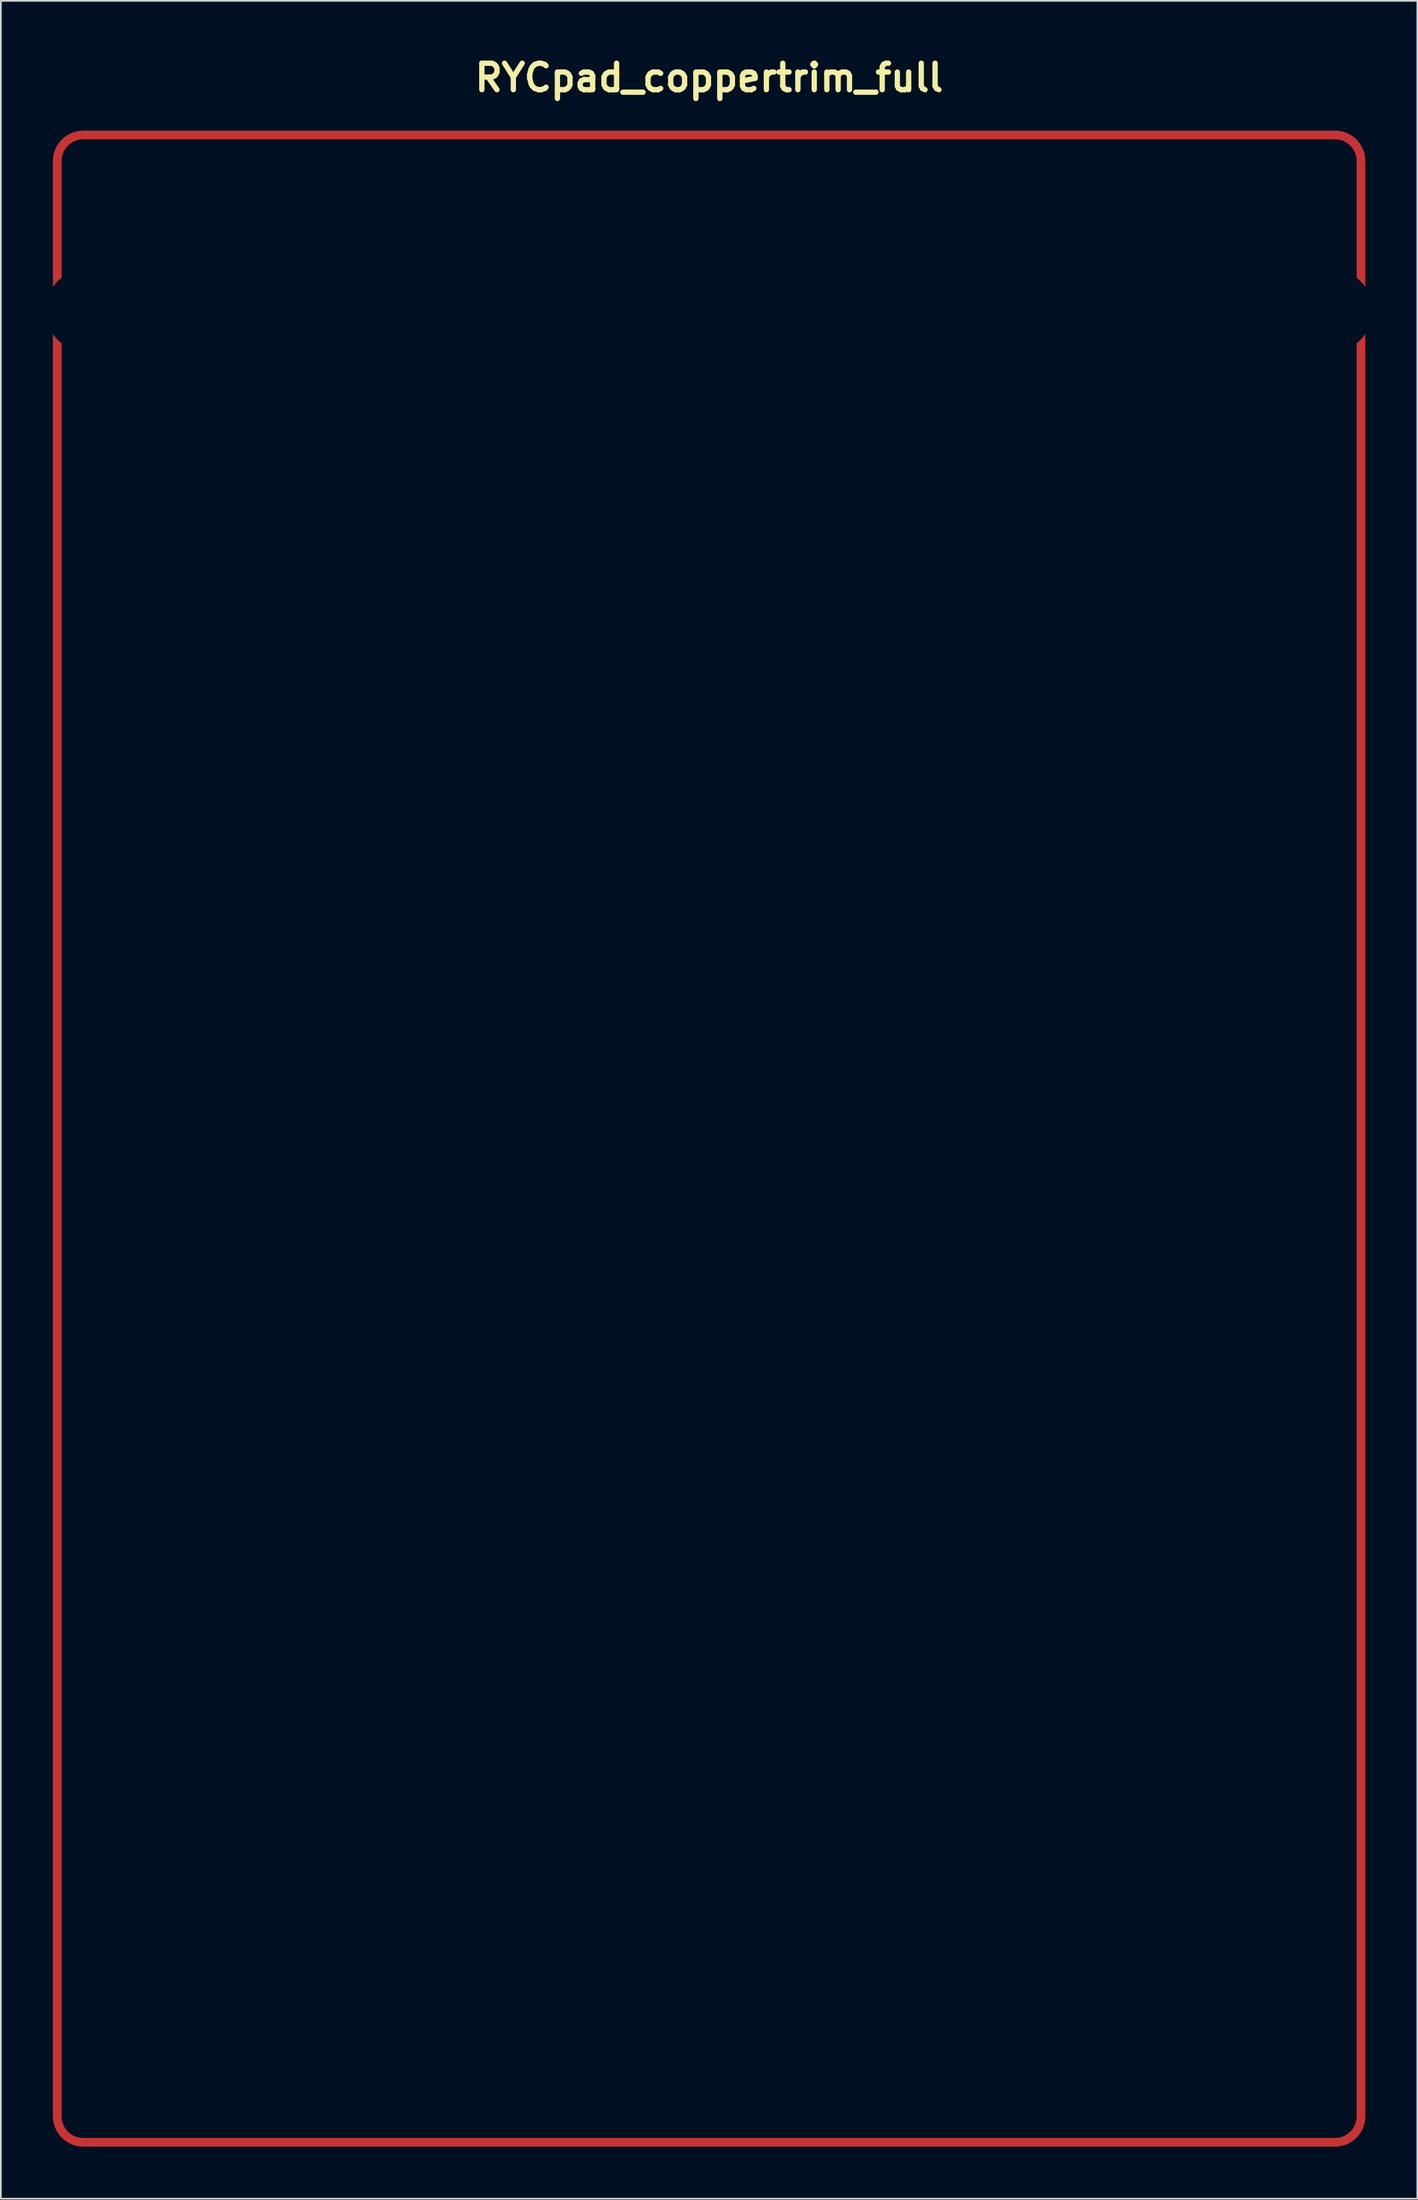
<source format=kicad_pcb>
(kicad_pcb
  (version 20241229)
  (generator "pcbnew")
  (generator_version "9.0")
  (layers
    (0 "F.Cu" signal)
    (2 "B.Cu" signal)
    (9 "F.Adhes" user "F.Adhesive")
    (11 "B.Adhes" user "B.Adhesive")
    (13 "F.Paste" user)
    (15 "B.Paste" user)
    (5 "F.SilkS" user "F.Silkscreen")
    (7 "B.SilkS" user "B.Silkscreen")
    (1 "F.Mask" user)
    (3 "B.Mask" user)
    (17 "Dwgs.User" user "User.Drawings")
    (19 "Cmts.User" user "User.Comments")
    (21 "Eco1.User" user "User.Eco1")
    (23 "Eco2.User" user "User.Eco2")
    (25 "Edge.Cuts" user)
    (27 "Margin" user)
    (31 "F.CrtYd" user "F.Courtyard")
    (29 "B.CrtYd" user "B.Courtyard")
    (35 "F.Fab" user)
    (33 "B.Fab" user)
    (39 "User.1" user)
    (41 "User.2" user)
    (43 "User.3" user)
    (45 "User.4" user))
  (footprint "RYCpad_coppertrim_full"
    (layer "F.Cu")
    (at 37.825 62.54)
    (property "Reference" "RYCpad_coppertrim_full" (at 0 -61.113 0) (layer "F.SilkS") (effects (font (size 1.524 1.524) (thickness 0.305))))
    (attr exclude_from_pos_files exclude_from_bom)
    (fp_poly (pts (xy -37.825 -46.351) (xy -37.825 56.315) (xy -37.825 56.34) (xy -37.824 56.365) (xy -37.824 56.389) (xy -37.822 56.414) (xy -37.821 56.438) (xy -37.819 56.463) (xy -37.817 56.487) (xy -37.814 56.511) (xy -37.811 56.536) (xy -37.808 56.56) (xy -37.804 56.584) (xy -37.8 56.609) (xy -37.796 56.633) (xy -37.792 56.657) (xy -37.787 56.681) (xy -37.781 56.705) (xy -37.776 56.729) (xy -37.77 56.753) (xy -37.763 56.776) (xy -37.757 56.8) (xy -37.75 56.824) (xy -37.742 56.847) (xy -37.735 56.87) (xy -37.727 56.893) (xy -37.719 56.917) (xy -37.71 56.94) (xy -37.701 56.962) (xy -37.692 56.985) (xy -37.682 57.01) (xy -37.671 57.034) (xy -37.66 57.058) (xy -37.648 57.082) (xy -37.637 57.105) (xy -37.625 57.129) (xy -37.612 57.152) (xy -37.599 57.175) (xy -37.586 57.198) (xy -37.573 57.221) (xy -37.559 57.243) (xy -37.545 57.265) (xy -37.53 57.287) (xy -37.516 57.308) (xy -37.502 57.328) (xy -37.488 57.348) (xy -37.473 57.368) (xy -37.458 57.387) (xy -37.443 57.407) (xy -37.428 57.426) (xy -37.412 57.445) (xy -37.396 57.463) (xy -37.38 57.482) (xy -37.363 57.5) (xy -37.347 57.518) (xy -37.33 57.536) (xy -37.313 57.553) (xy -37.295 57.57) (xy -37.277 57.587) (xy -37.259 57.604) (xy -37.241 57.621) (xy -37.223 57.637) (xy -37.204 57.653) (xy -37.185 57.668) (xy -37.166 57.684) (xy -37.147 57.699) (xy -37.127 57.714) (xy -37.108 57.728) (xy -37.088 57.743) (xy -37.068 57.757) (xy -37.047 57.771) (xy -37.027 57.784) (xy -37.006 57.797) (xy -36.985 57.81) (xy -36.964 57.823) (xy -36.943 57.835) (xy -36.922 57.847) (xy -36.9 57.859) (xy -36.878 57.87) (xy -36.856 57.882) (xy -36.834 57.892) (xy -36.812 57.903) (xy -36.79 57.913) (xy -36.767 57.923) (xy -36.745 57.932) (xy -36.72 57.942) (xy -36.695 57.952) (xy -36.671 57.961) (xy -36.646 57.97) (xy -36.621 57.978) (xy -36.596 57.986) (xy -36.57 57.994) (xy -36.545 58.001) (xy -36.519 58.008) (xy -36.494 58.014) (xy -36.468 58.021) (xy -36.442 58.026) (xy -36.416 58.032) (xy -36.392 58.036) (xy -36.368 58.041) (xy -36.344 58.044) (xy -36.32 58.048) (xy -36.295 58.051) (xy -36.271 58.054) (xy -36.246 58.057) (xy -36.222 58.059) (xy -36.198 58.061) (xy -36.173 58.062) (xy -36.149 58.064) (xy -36.124 58.065) (xy -36.099 58.065) (xy -36.075 58.065) (xy 36.075 58.065) (xy 36.099 58.065) (xy 36.124 58.065) (xy 36.148 58.064) (xy 36.173 58.062) (xy 36.197 58.061) (xy 36.222 58.059) (xy 36.246 58.057) (xy 36.271 58.054) (xy 36.295 58.051) (xy 36.319 58.048) (xy 36.344 58.044) (xy 36.368 58.041) (xy 36.392 58.036) (xy 36.416 58.032) (xy 36.442 58.026) (xy 36.468 58.021) (xy 36.494 58.014) (xy 36.519 58.008) (xy 36.545 58.001) (xy 36.57 57.994) (xy 36.595 57.986) (xy 36.621 57.978) (xy 36.646 57.97) (xy 36.671 57.961) (xy 36.695 57.952) (xy 36.72 57.942) (xy 36.744 57.932) (xy 36.767 57.923) (xy 36.79 57.913) (xy 36.812 57.903) (xy 36.834 57.892) (xy 36.856 57.881) (xy 36.878 57.87) (xy 36.9 57.859) (xy 36.921 57.847) (xy 36.943 57.835) (xy 36.964 57.823) (xy 36.985 57.81) (xy 37.006 57.797) (xy 37.027 57.784) (xy 37.047 57.771) (xy 37.068 57.757) (xy 37.088 57.743) (xy 37.108 57.728) (xy 37.127 57.714) (xy 37.147 57.699) (xy 37.166 57.684) (xy 37.185 57.668) (xy 37.204 57.653) (xy 37.223 57.637) (xy 37.241 57.621) (xy 37.259 57.604) (xy 37.277 57.587) (xy 37.295 57.57) (xy 37.312 57.553) (xy 37.33 57.536) (xy 37.347 57.518) (xy 37.363 57.5) (xy 37.38 57.482) (xy 37.396 57.463) (xy 37.412 57.445) (xy 37.428 57.426) (xy 37.443 57.407) (xy 37.458 57.387) (xy 37.473 57.368) (xy 37.488 57.348) (xy 37.502 57.328) (xy 37.516 57.308) (xy 37.53 57.287) (xy 37.543 57.267) (xy 37.557 57.246) (xy 37.57 57.225) (xy 37.582 57.204) (xy 37.594 57.183) (xy 37.607 57.162) (xy 37.618 57.14) (xy 37.63 57.119) (xy 37.641 57.097) (xy 37.652 57.075) (xy 37.662 57.053) (xy 37.672 57.03) (xy 37.682 57.008) (xy 37.692 56.985) (xy 37.701 56.962) (xy 37.71 56.94) (xy 37.718 56.917) (xy 37.727 56.893) (xy 37.735 56.87) (xy 37.742 56.847) (xy 37.75 56.824) (xy 37.757 56.8) (xy 37.763 56.776) (xy 37.77 56.753) (xy 37.776 56.729) (xy 37.781 56.705) (xy 37.786 56.681) (xy 37.791 56.657) (xy 37.796 56.633) (xy 37.8 56.609) (xy 37.804 56.584) (xy 37.808 56.56) (xy 37.811 56.536) (xy 37.814 56.511) (xy 37.817 56.487) (xy 37.819 56.463) (xy 37.821 56.438) (xy 37.822 56.414) (xy 37.823 56.389) (xy 37.824 56.365) (xy 37.825 56.34) (xy 37.825 56.315) (xy 37.825 -46.351) (xy 37.81 -46.33) (xy 37.795 -46.308) (xy 37.78 -46.287) (xy 37.765 -46.266) (xy 37.75 -46.245) (xy 37.734 -46.224) (xy 37.718 -46.204) (xy 37.702 -46.184) (xy 37.685 -46.163) (xy 37.669 -46.143) (xy 37.652 -46.124) (xy 37.635 -46.104) (xy 37.618 -46.084) (xy 37.6 -46.065) (xy 37.583 -46.046) (xy 37.565 -46.027) (xy 37.547 -46.008) (xy 37.528 -45.99) (xy 37.509 -45.972) (xy 37.49 -45.954) (xy 37.47 -45.937) (xy 37.45 -45.92) (xy 37.429 -45.903) (xy 37.408 -45.887) (xy 37.387 -45.871) (xy 37.366 -45.855) (xy 37.345 -45.839) (xy 37.325 -45.822) (xy 37.325 56.315) (xy 37.325 56.34) (xy 37.324 56.365) (xy 37.323 56.389) (xy 37.321 56.414) (xy 37.319 56.438) (xy 37.316 56.462) (xy 37.313 56.487) (xy 37.309 56.511) (xy 37.305 56.535) (xy 37.301 56.559) (xy 37.296 56.583) (xy 37.29 56.607) (xy 37.284 56.631) (xy 37.278 56.655) (xy 37.271 56.678) (xy 37.264 56.702) (xy 37.256 56.725) (xy 37.248 56.748) (xy 37.239 56.771) (xy 37.23 56.794) (xy 37.22 56.817) (xy 37.21 56.839) (xy 37.2 56.861) (xy 37.189 56.883) (xy 37.177 56.905) (xy 37.166 56.926) (xy 37.153 56.948) (xy 37.141 56.969) (xy 37.128 56.989) (xy 37.114 57.01) (xy 37.101 57.03) (xy 37.086 57.05) (xy 37.072 57.07) (xy 37.057 57.089) (xy 37.041 57.108) (xy 37.026 57.127) (xy 37.009 57.146) (xy 36.993 57.164) (xy 36.976 57.182) (xy 36.959 57.199) (xy 36.941 57.216) (xy 36.923 57.233) (xy 36.905 57.25) (xy 36.887 57.266) (xy 36.868 57.282) (xy 36.849 57.297) (xy 36.829 57.312) (xy 36.81 57.327) (xy 36.79 57.341) (xy 36.769 57.355) (xy 36.749 57.368) (xy 36.728 57.381) (xy 36.707 57.394) (xy 36.686 57.406) (xy 36.664 57.418) (xy 36.642 57.429) (xy 36.62 57.44) (xy 36.598 57.451) (xy 36.576 57.461) (xy 36.553 57.47) (xy 36.53 57.48) (xy 36.507 57.488) (xy 36.484 57.497) (xy 36.461 57.504) (xy 36.438 57.512) (xy 36.414 57.518) (xy 36.39 57.525) (xy 36.367 57.531) (xy 36.343 57.536) (xy 36.319 57.541) (xy 36.294 57.546) (xy 36.27 57.55) (xy 36.246 57.554) (xy 36.222 57.557) (xy 36.197 57.559) (xy 36.173 57.562) (xy 36.148 57.563) (xy 36.124 57.565) (xy 36.099 57.565) (xy 36.075 57.566) (xy -36.075 57.566) (xy -36.099 57.565) (xy -36.124 57.565) (xy -36.149 57.563) (xy -36.173 57.562) (xy -36.197 57.559) (xy -36.222 57.557) (xy -36.246 57.554) (xy -36.27 57.55) (xy -36.295 57.546) (xy -36.319 57.541) (xy -36.343 57.536) (xy -36.367 57.531) (xy -36.391 57.525) (xy -36.414 57.518) (xy -36.438 57.512) (xy -36.461 57.504) (xy -36.485 57.497) (xy -36.508 57.488) (xy -36.531 57.48) (xy -36.553 57.47) (xy -36.576 57.461) (xy -36.598 57.451) (xy -36.621 57.44) (xy -36.643 57.429) (xy -36.664 57.418) (xy -36.686 57.406) (xy -36.707 57.394) (xy -36.728 57.381) (xy -36.749 57.368) (xy -36.769 57.355) (xy -36.79 57.341) (xy -36.81 57.327) (xy -36.829 57.312) (xy -36.849 57.297) (xy -36.868 57.282) (xy -36.887 57.266) (xy -36.905 57.25) (xy -36.924 57.233) (xy -36.942 57.216) (xy -36.959 57.199) (xy -36.976 57.182) (xy -36.993 57.164) (xy -37.01 57.146) (xy -37.026 57.127) (xy -37.042 57.108) (xy -37.057 57.089) (xy -37.072 57.07) (xy -37.087 57.05) (xy -37.101 57.03) (xy -37.115 57.01) (xy -37.128 56.989) (xy -37.141 56.969) (xy -37.154 56.948) (xy -37.166 56.926) (xy -37.178 56.905) (xy -37.189 56.883) (xy -37.2 56.861) (xy -37.21 56.839) (xy -37.22 56.817) (xy -37.23 56.794) (xy -37.239 56.771) (xy -37.248 56.748) (xy -37.256 56.725) (xy -37.264 56.702) (xy -37.271 56.678) (xy -37.278 56.655) (xy -37.285 56.631) (xy -37.291 56.607) (xy -37.296 56.583) (xy -37.301 56.559) (xy -37.306 56.535) (xy -37.31 56.511) (xy -37.313 56.487) (xy -37.316 56.462) (xy -37.319 56.438) (xy -37.321 56.414) (xy -37.323 56.389) (xy -37.324 56.365) (xy -37.325 56.34) (xy -37.325 56.315) (xy -37.325 -45.822) (xy -37.344 -45.837) (xy -37.363 -45.852) (xy -37.382 -45.867) (xy -37.401 -45.881) (xy -37.42 -45.896) (xy -37.439 -45.911) (xy -37.458 -45.926) (xy -37.476 -45.941) (xy -37.494 -45.957) (xy -37.512 -45.973) (xy -37.529 -45.99) (xy -37.547 -46.008) (xy -37.565 -46.027) (xy -37.583 -46.046) (xy -37.601 -46.065) (xy -37.618 -46.084) (xy -37.636 -46.104) (xy -37.653 -46.124) (xy -37.669 -46.143) (xy -37.686 -46.163) (xy -37.702 -46.184) (xy -37.718 -46.204) (xy -37.734 -46.224) (xy -37.75 -46.245) (xy -37.765 -46.266) (xy -37.781 -46.287) (xy -37.796 -46.308) (xy -37.811 -46.33) (xy -37.825 -46.351) (xy -37.825 -46.351)) (stroke (width 0) (type solid)) (fill yes) (layer "F.Cu"))
    (fp_poly (pts (xy -36.075 -58.065) (xy -36.099 -58.065) (xy -36.124 -58.065) (xy -36.148 -58.064) (xy -36.173 -58.062) (xy -36.197 -58.061) (xy -36.222 -58.059) (xy -36.246 -58.057) (xy -36.271 -58.054) (xy -36.295 -58.051) (xy -36.319 -58.048) (xy -36.344 -58.044) (xy -36.368 -58.041) (xy -36.392 -58.036) (xy -36.416 -58.032) (xy -36.442 -58.026) (xy -36.468 -58.021) (xy -36.494 -58.014) (xy -36.519 -58.008) (xy -36.545 -58.001) (xy -36.57 -57.994) (xy -36.595 -57.986) (xy -36.621 -57.978) (xy -36.646 -57.97) (xy -36.671 -57.961) (xy -36.695 -57.952) (xy -36.72 -57.942) (xy -36.744 -57.932) (xy -36.767 -57.923) (xy -36.79 -57.913) (xy -36.812 -57.903) (xy -36.834 -57.892) (xy -36.856 -57.881) (xy -36.878 -57.87) (xy -36.9 -57.859) (xy -36.921 -57.847) (xy -36.943 -57.835) (xy -36.964 -57.823) (xy -36.985 -57.81) (xy -37.006 -57.797) (xy -37.027 -57.784) (xy -37.047 -57.771) (xy -37.068 -57.757) (xy -37.088 -57.743) (xy -37.108 -57.728) (xy -37.127 -57.714) (xy -37.147 -57.699) (xy -37.166 -57.684) (xy -37.185 -57.668) (xy -37.204 -57.652) (xy -37.223 -57.636) (xy -37.241 -57.62) (xy -37.259 -57.604) (xy -37.277 -57.587) (xy -37.295 -57.57) (xy -37.312 -57.553) (xy -37.33 -57.535) (xy -37.347 -57.517) (xy -37.363 -57.499) (xy -37.38 -57.481) (xy -37.396 -57.463) (xy -37.412 -57.444) (xy -37.428 -57.425) (xy -37.443 -57.406) (xy -37.458 -57.387) (xy -37.473 -57.368) (xy -37.488 -57.348) (xy -37.502 -57.328) (xy -37.516 -57.308) (xy -37.53 -57.287) (xy -37.543 -57.267) (xy -37.557 -57.246) (xy -37.57 -57.225) (xy -37.582 -57.204) (xy -37.594 -57.183) (xy -37.606 -57.162) (xy -37.618 -57.14) (xy -37.63 -57.119) (xy -37.641 -57.097) (xy -37.652 -57.075) (xy -37.662 -57.053) (xy -37.672 -57.03) (xy -37.682 -57.008) (xy -37.692 -56.985) (xy -37.701 -56.962) (xy -37.71 -56.94) (xy -37.718 -56.917) (xy -37.727 -56.893) (xy -37.735 -56.87) (xy -37.742 -56.847) (xy -37.75 -56.824) (xy -37.757 -56.8) (xy -37.763 -56.776) (xy -37.77 -56.753) (xy -37.775 -56.729) (xy -37.781 -56.705) (xy -37.786 -56.681) (xy -37.791 -56.657) (xy -37.796 -56.633) (xy -37.8 -56.609) (xy -37.804 -56.584) (xy -37.808 -56.56) (xy -37.811 -56.536) (xy -37.814 -56.511) (xy -37.817 -56.487) (xy -37.819 -56.463) (xy -37.821 -56.438) (xy -37.822 -56.414) (xy -37.823 -56.389) (xy -37.824 -56.365) (xy -37.825 -56.34) (xy -37.825 -56.315) (xy -37.825 -49.058) (xy -37.81 -49.08) (xy -37.796 -49.101) (xy -37.78 -49.122) (xy -37.765 -49.143) (xy -37.75 -49.164) (xy -37.734 -49.185) (xy -37.718 -49.205) (xy -37.702 -49.226) (xy -37.686 -49.246) (xy -37.669 -49.266) (xy -37.652 -49.286) (xy -37.635 -49.305) (xy -37.618 -49.325) (xy -37.601 -49.344) (xy -37.583 -49.363) (xy -37.565 -49.382) (xy -37.547 -49.401) (xy -37.529 -49.419) (xy -37.512 -49.436) (xy -37.494 -49.452) (xy -37.476 -49.468) (xy -37.457 -49.483) (xy -37.439 -49.498) (xy -37.42 -49.513) (xy -37.401 -49.528) (xy -37.382 -49.542) (xy -37.363 -49.557) (xy -37.344 -49.572) (xy -37.325 -49.587) (xy -37.325 -56.315) (xy -37.325 -56.34) (xy -37.324 -56.365) (xy -37.323 -56.389) (xy -37.321 -56.414) (xy -37.319 -56.438) (xy -37.316 -56.462) (xy -37.313 -56.487) (xy -37.31 -56.511) (xy -37.306 -56.535) (xy -37.301 -56.559) (xy -37.296 -56.583) (xy -37.29 -56.607) (xy -37.284 -56.631) (xy -37.278 -56.655) (xy -37.271 -56.678) (xy -37.264 -56.702) (xy -37.256 -56.725) (xy -37.248 -56.748) (xy -37.239 -56.771) (xy -37.23 -56.794) (xy -37.22 -56.817) (xy -37.21 -56.839) (xy -37.2 -56.861) (xy -37.189 -56.883) (xy -37.177 -56.905) (xy -37.166 -56.926) (xy -37.153 -56.948) (xy -37.141 -56.969) (xy -37.128 -56.989) (xy -37.114 -57.01) (xy -37.101 -57.03) (xy -37.086 -57.05) (xy -37.072 -57.07) (xy -37.057 -57.089) (xy -37.041 -57.108) (xy -37.026 -57.127) (xy -37.009 -57.146) (xy -36.993 -57.164) (xy -36.976 -57.182) (xy -36.959 -57.199) (xy -36.941 -57.216) (xy -36.923 -57.233) (xy -36.905 -57.25) (xy -36.887 -57.266) (xy -36.868 -57.282) (xy -36.849 -57.297) (xy -36.829 -57.312) (xy -36.81 -57.327) (xy -36.79 -57.341) (xy -36.769 -57.355) (xy -36.749 -57.368) (xy -36.728 -57.381) (xy -36.707 -57.394) (xy -36.686 -57.406) (xy -36.664 -57.418) (xy -36.642 -57.429) (xy -36.62 -57.44) (xy -36.598 -57.451) (xy -36.576 -57.461) (xy -36.553 -57.47) (xy -36.53 -57.48) (xy -36.507 -57.488) (xy -36.484 -57.496) (xy -36.461 -57.504) (xy -36.438 -57.512) (xy -36.414 -57.518) (xy -36.39 -57.525) (xy -36.367 -57.531) (xy -36.343 -57.536) (xy -36.319 -57.541) (xy -36.294 -57.546) (xy -36.27 -57.55) (xy -36.246 -57.554) (xy -36.222 -57.557) (xy -36.197 -57.559) (xy -36.173 -57.562) (xy -36.148 -57.563) (xy -36.124 -57.565) (xy -36.099 -57.565) (xy -36.075 -57.566) (xy -28.501 -57.566) (xy -28.5 -57.565) (xy -28.5 -57.565) (xy -28.5 -57.565) (xy -28.5 -57.566) (xy 28.5 -57.566) (xy 28.5 -57.565) (xy 28.5 -57.565) (xy 28.501 -57.565) (xy 28.501 -57.566) (xy 36.075 -57.566) (xy 36.099 -57.565) (xy 36.124 -57.565) (xy 36.149 -57.563) (xy 36.173 -57.562) (xy 36.197 -57.559) (xy 36.222 -57.557) (xy 36.246 -57.554) (xy 36.27 -57.55) (xy 36.295 -57.546) (xy 36.319 -57.541) (xy 36.343 -57.536) (xy 36.367 -57.531) (xy 36.391 -57.525) (xy 36.414 -57.518) (xy 36.438 -57.512) (xy 36.461 -57.504) (xy 36.485 -57.496) (xy 36.508 -57.488) (xy 36.531 -57.48) (xy 36.553 -57.47) (xy 36.576 -57.461) (xy 36.598 -57.451) (xy 36.621 -57.44) (xy 36.643 -57.429) (xy 36.664 -57.418) (xy 36.686 -57.406) (xy 36.707 -57.394) (xy 36.728 -57.381) (xy 36.749 -57.368) (xy 36.769 -57.355) (xy 36.79 -57.341) (xy 36.81 -57.327) (xy 36.829 -57.312) (xy 36.849 -57.297) (xy 36.868 -57.282) (xy 36.887 -57.266) (xy 36.905 -57.25) (xy 36.924 -57.233) (xy 36.942 -57.216) (xy 36.959 -57.199) (xy 36.976 -57.182) (xy 36.993 -57.164) (xy 37.01 -57.146) (xy 37.026 -57.127) (xy 37.042 -57.108) (xy 37.057 -57.089) (xy 37.072 -57.07) (xy 37.087 -57.05) (xy 37.101 -57.03) (xy 37.115 -57.01) (xy 37.128 -56.989) (xy 37.141 -56.969) (xy 37.154 -56.948) (xy 37.166 -56.926) (xy 37.178 -56.905) (xy 37.189 -56.883) (xy 37.2 -56.861) (xy 37.21 -56.839) (xy 37.22 -56.817) (xy 37.23 -56.794) (xy 37.239 -56.771) (xy 37.248 -56.748) (xy 37.256 -56.725) (xy 37.264 -56.702) (xy 37.271 -56.678) (xy 37.278 -56.655) (xy 37.285 -56.631) (xy 37.291 -56.607) (xy 37.296 -56.583) (xy 37.301 -56.559) (xy 37.306 -56.535) (xy 37.31 -56.511) (xy 37.313 -56.487) (xy 37.316 -56.462) (xy 37.319 -56.438) (xy 37.321 -56.414) (xy 37.323 -56.389) (xy 37.324 -56.365) (xy 37.325 -56.34) (xy 37.325 -56.315) (xy 37.325 -49.587) (xy 37.346 -49.57) (xy 37.366 -49.554) (xy 37.387 -49.538) (xy 37.408 -49.522) (xy 37.429 -49.506) (xy 37.45 -49.489) (xy 37.47 -49.472) (xy 37.49 -49.455) (xy 37.51 -49.438) (xy 37.529 -49.419) (xy 37.547 -49.401) (xy 37.565 -49.382) (xy 37.583 -49.363) (xy 37.6 -49.344) (xy 37.618 -49.325) (xy 37.635 -49.305) (xy 37.652 -49.286) (xy 37.669 -49.266) (xy 37.686 -49.246) (xy 37.702 -49.226) (xy 37.718 -49.205) (xy 37.734 -49.185) (xy 37.75 -49.164) (xy 37.765 -49.143) (xy 37.781 -49.122) (xy 37.796 -49.101) (xy 37.811 -49.08) (xy 37.825 -49.058) (xy 37.825 -56.315) (xy 37.825 -56.34) (xy 37.824 -56.365) (xy 37.824 -56.389) (xy 37.822 -56.414) (xy 37.821 -56.438) (xy 37.819 -56.463) (xy 37.817 -56.487) (xy 37.814 -56.511) (xy 37.811 -56.536) (xy 37.808 -56.56) (xy 37.804 -56.584) (xy 37.8 -56.609) (xy 37.796 -56.633) (xy 37.792 -56.657) (xy 37.787 -56.681) (xy 37.781 -56.705) (xy 37.776 -56.729) (xy 37.77 -56.753) (xy 37.763 -56.776) (xy 37.757 -56.8) (xy 37.75 -56.824) (xy 37.742 -56.847) (xy 37.735 -56.87) (xy 37.727 -56.893) (xy 37.719 -56.917) (xy 37.71 -56.94) (xy 37.701 -56.962) (xy 37.692 -56.985) (xy 37.682 -57.01) (xy 37.671 -57.034) (xy 37.66 -57.058) (xy 37.648 -57.082) (xy 37.637 -57.105) (xy 37.625 -57.129) (xy 37.612 -57.152) (xy 37.599 -57.175) (xy 37.586 -57.198) (xy 37.573 -57.221) (xy 37.559 -57.243) (xy 37.545 -57.265) (xy 37.53 -57.287) (xy 37.516 -57.308) (xy 37.502 -57.328) (xy 37.488 -57.348) (xy 37.473 -57.368) (xy 37.458 -57.387) (xy 37.443 -57.406) (xy 37.428 -57.425) (xy 37.412 -57.444) (xy 37.396 -57.463) (xy 37.38 -57.481) (xy 37.364 -57.499) (xy 37.347 -57.517) (xy 37.33 -57.535) (xy 37.313 -57.553) (xy 37.295 -57.57) (xy 37.277 -57.587) (xy 37.259 -57.604) (xy 37.241 -57.62) (xy 37.223 -57.636) (xy 37.204 -57.652) (xy 37.185 -57.668) (xy 37.166 -57.684) (xy 37.147 -57.699) (xy 37.127 -57.714) (xy 37.108 -57.728) (xy 37.088 -57.743) (xy 37.068 -57.757) (xy 37.047 -57.771) (xy 37.027 -57.784) (xy 37.006 -57.797) (xy 36.985 -57.81) (xy 36.964 -57.823) (xy 36.943 -57.835) (xy 36.922 -57.847) (xy 36.9 -57.859) (xy 36.878 -57.87) (xy 36.856 -57.882) (xy 36.834 -57.892) (xy 36.812 -57.903) (xy 36.79 -57.913) (xy 36.767 -57.923) (xy 36.745 -57.932) (xy 36.72 -57.942) (xy 36.695 -57.952) (xy 36.671 -57.961) (xy 36.646 -57.97) (xy 36.621 -57.978) (xy 36.596 -57.986) (xy 36.57 -57.994) (xy 36.545 -58.001) (xy 36.519 -58.008) (xy 36.494 -58.014) (xy 36.468 -58.021) (xy 36.442 -58.026) (xy 36.416 -58.032) (xy 36.392 -58.036) (xy 36.368 -58.041) (xy 36.344 -58.044) (xy 36.32 -58.048) (xy 36.295 -58.051) (xy 36.271 -58.054) (xy 36.247 -58.057) (xy 36.222 -58.059) (xy 36.198 -58.061) (xy 36.173 -58.062) (xy 36.149 -58.064) (xy 36.124 -58.065) (xy 36.099 -58.065) (xy 36.075 -58.065) (xy 28.5 -58.065) (xy -28.5 -58.065) (xy -36.075 -58.065)) (stroke (width 0) (type solid)) (fill yes) (layer "F.Cu")))
  (gr_rect
    (start -3 -3)
    (end 78.65 123.605)
    (stroke (width 0.1) (type default))
    (fill no)
    (layer "Edge.Cuts")))
</source>
